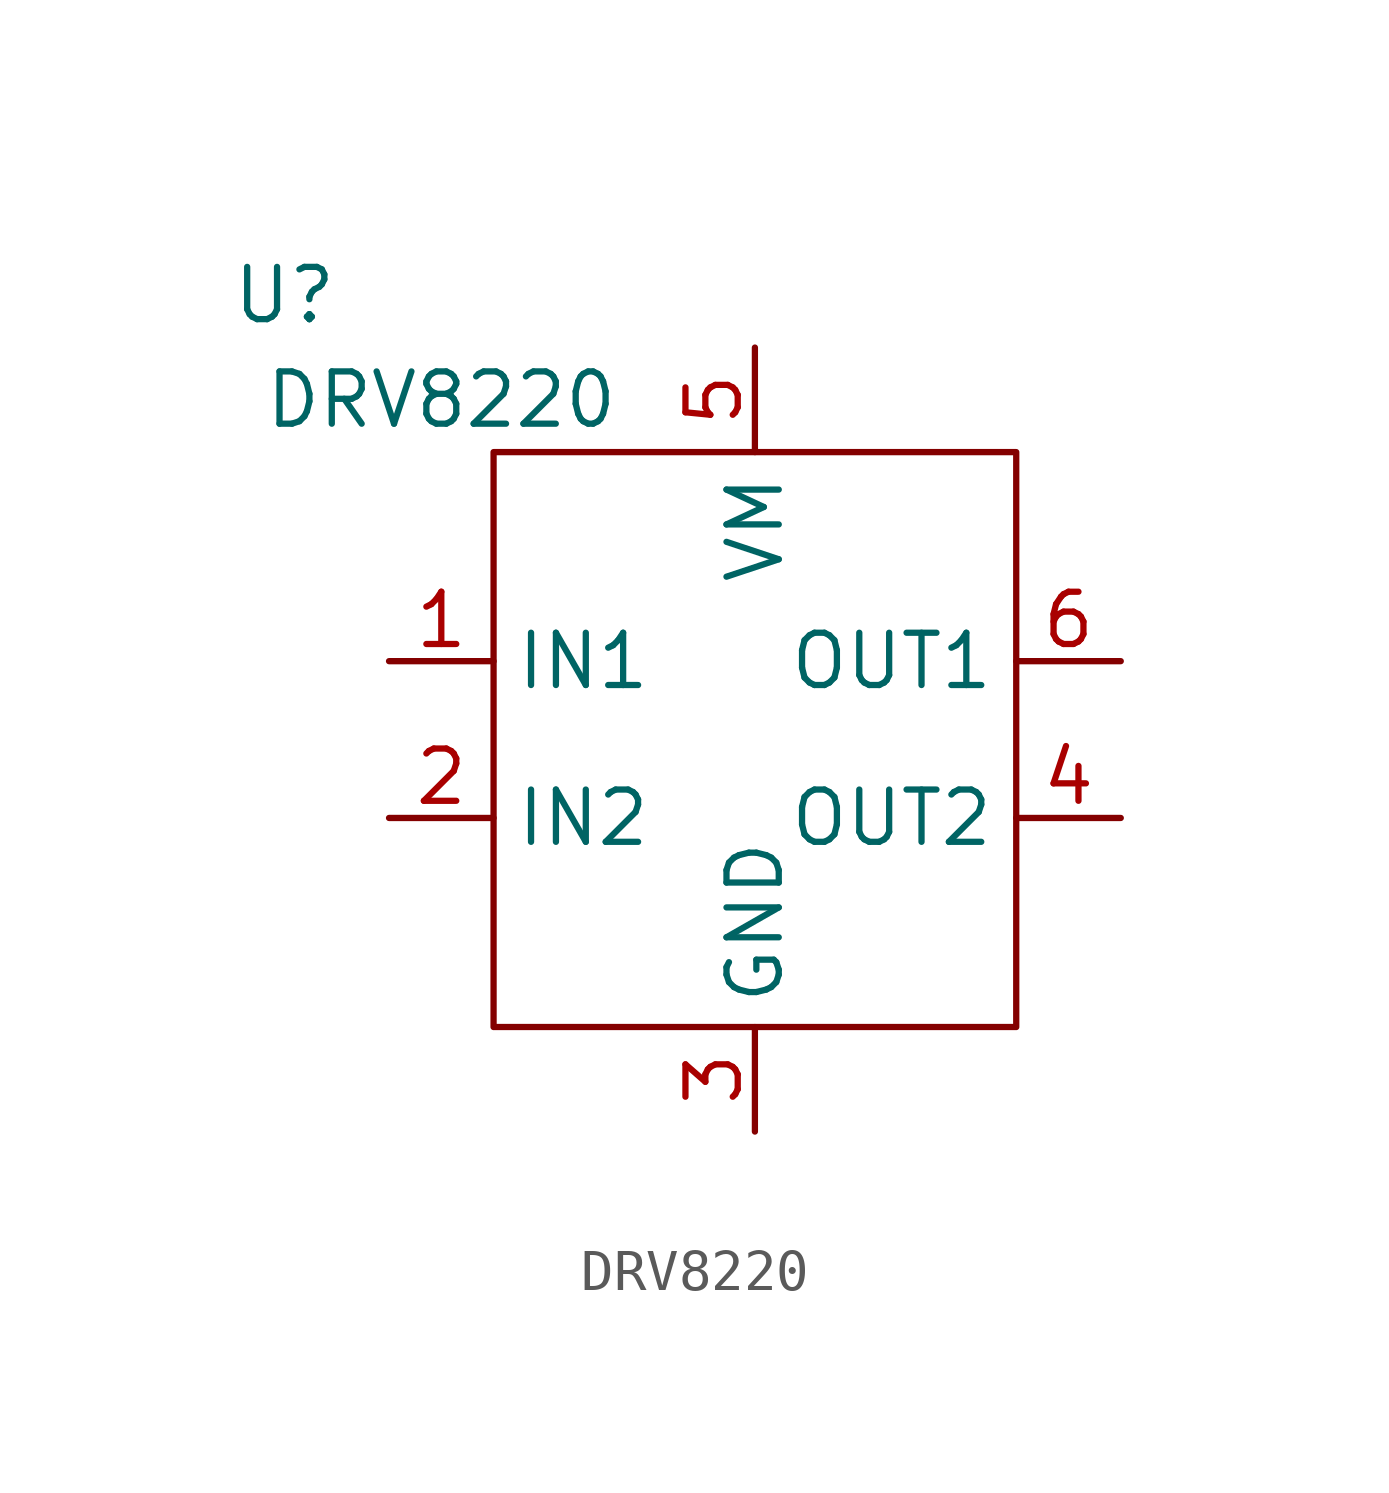
<source format=kicad_sym>
(kicad_symbol_lib
  (version 20220914)
  (generator kicad_symbol_editor)
  (symbol "DRV8220"
    (property "Reference" "U"
      (at -11.43 10.16 0)
      (effects (font (size 1.27 1.27))))
    (property "Value" "DRV8220"
      (at -7.62 7.62 0)
      (effects (font (size 1.27 1.27))))
    (symbol "DRV8220_1_1"
      (rectangle (start -6.35 6.35) (end 6.35 -7.62) (stroke (width 0) (type default)) (fill (type none)))
      (pin input line (at -8.89 1.27 0) (length 2.54) (name "IN1" (effects (font (size 1.27 1.27)))) (number "1" (effects (font (size 1.27 1.27)))))
      (pin input line (at -8.89 -2.54 0) (length 2.54) (name "IN2" (effects (font (size 1.27 1.27)))) (number "2" (effects (font (size 1.27 1.27)))))
      (pin power_out line (at 0 -10.16 90) (length 2.54) (name "GND" (effects (font (size 1.27 1.27)))) (number "3" (effects (font (size 1.27 1.27)))))
      (pin output line (at 8.89 -2.54 180) (length 2.54) (name "OUT2" (effects (font (size 1.27 1.27)))) (number "4" (effects (font (size 1.27 1.27)))))
      (pin power_in line (at 0 8.89 270) (length 2.54) (name "VM" (effects (font (size 1.27 1.27)))) (number "5" (effects (font (size 1.27 1.27)))))
      (pin output line (at 8.89 1.27 180) (length 2.54) (name "OUT1" (effects (font (size 1.27 1.27)))) (number "6" (effects (font (size 1.27 1.27))))))))
</source>
